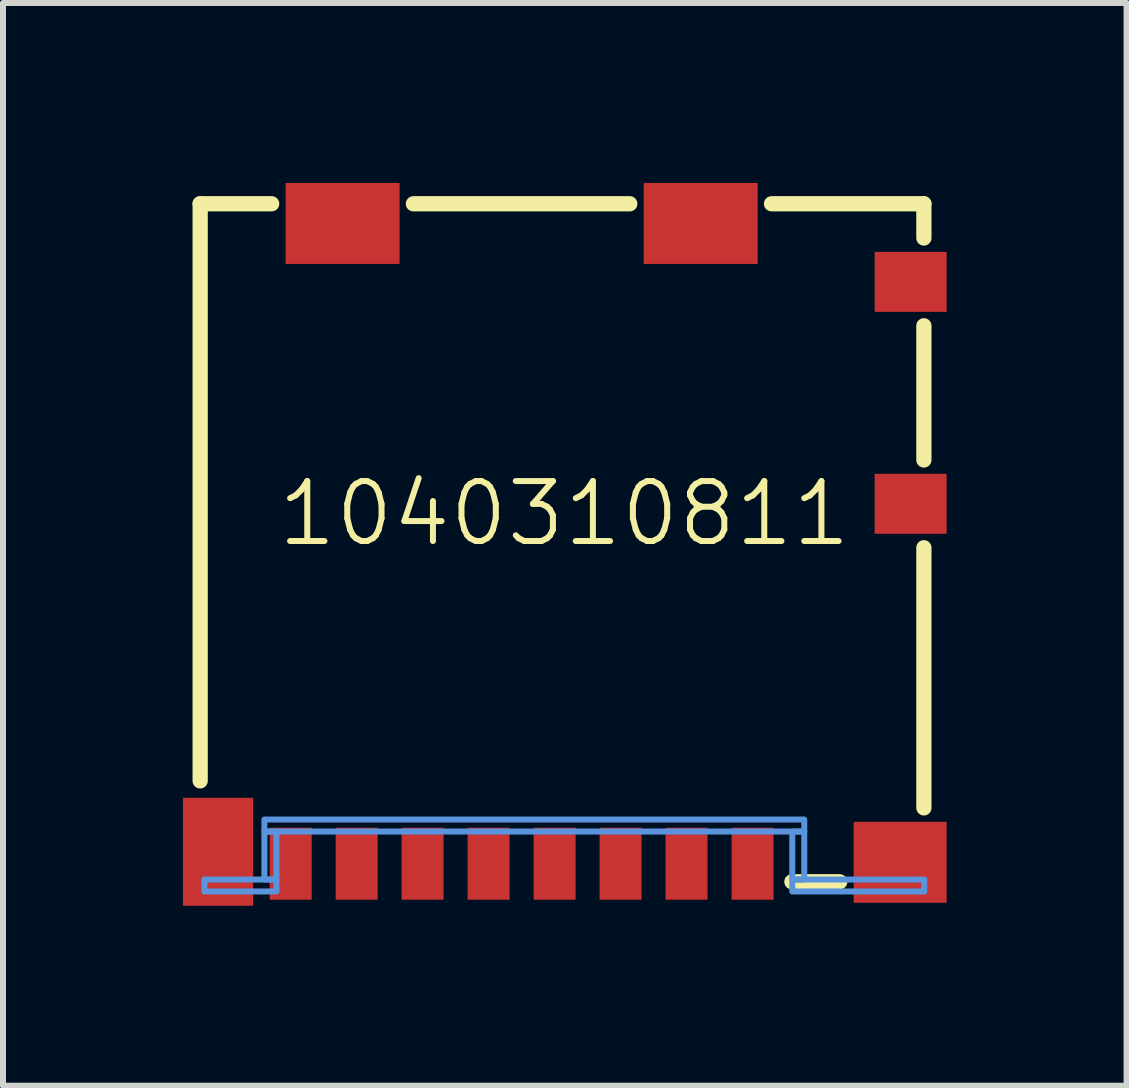
<source format=kicad_pcb>
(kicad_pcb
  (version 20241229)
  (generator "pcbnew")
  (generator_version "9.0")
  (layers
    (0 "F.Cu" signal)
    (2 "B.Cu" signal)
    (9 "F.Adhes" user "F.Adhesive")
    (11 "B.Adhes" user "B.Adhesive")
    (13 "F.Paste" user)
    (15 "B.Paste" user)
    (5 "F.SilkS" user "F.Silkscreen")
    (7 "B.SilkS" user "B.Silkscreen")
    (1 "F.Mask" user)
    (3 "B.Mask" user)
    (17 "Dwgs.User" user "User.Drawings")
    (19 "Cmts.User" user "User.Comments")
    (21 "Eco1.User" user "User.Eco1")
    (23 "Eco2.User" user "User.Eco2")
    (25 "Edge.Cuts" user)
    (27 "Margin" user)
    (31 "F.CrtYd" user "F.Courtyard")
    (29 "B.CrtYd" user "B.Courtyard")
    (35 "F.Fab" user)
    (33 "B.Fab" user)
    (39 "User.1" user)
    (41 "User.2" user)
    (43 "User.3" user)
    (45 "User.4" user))
  (footprint "1040310811"
    (layer "F.Cu")
    (at 6.358 6.012)
    (property "Reference" "1040310811" (at 0 -0.5 0) (unlocked yes) (layer "F.SilkS") (effects (font (size 1 1) (thickness 0.1))))
    (attr smd)
    (fp_line (start -6.071 -5.665) (end -4.879 -5.665) (stroke (width 0.254) (type solid)) (layer "F.SilkS"))
    (fp_line (start -6.071 3.956) (end -6.071 -5.665) (stroke (width 0.254) (type solid)) (layer "F.SilkS"))
    (fp_line (start -2.516 -5.665) (end 1.091 -5.665) (stroke (width 0.254) (type solid)) (layer "F.SilkS"))
    (fp_line (start 3.454 -5.665) (end 5.994 -5.665) (stroke (width 0.254) (type solid)) (layer "F.SilkS"))
    (fp_line (start 3.794 5.638) (end 4.591 5.638) (stroke (width 0.254) (type solid)) (layer "F.SilkS"))
    (fp_line (start 5.994 -5.665) (end 5.994 -5.094) (stroke (width 0.254) (type solid)) (layer "F.SilkS"))
    (fp_line (start 5.994 -3.631) (end 5.994 -1.394) (stroke (width 0.254) (type solid)) (layer "F.SilkS"))
    (fp_line (start 5.994 0.069) (end 5.994 4.406) (stroke (width 0.254) (type solid)) (layer "F.SilkS"))
    (fp_poly (pts (xy -6 5.8) (xy -4.8 5.8) (xy -4.8 5.6) (xy -6 5.6)) (stroke (width 0.1) (type solid)) (fill no) (layer "Cmts.User"))
    (fp_poly (pts (xy -5 4.8) (xy 4 4.8) (xy 4 4.6) (xy -5 4.6)) (stroke (width 0.1) (type solid)) (fill no) (layer "Cmts.User"))
    (fp_poly (pts (xy -4.8 5.6) (xy -4.8 4.8) (xy -5 4.8) (xy -5 5.6)) (stroke (width 0.1) (type solid)) (fill no) (layer "Cmts.User"))
    (fp_poly (pts (xy 3.8 5.6) (xy 3.8 4.8) (xy 4 4.8) (xy 4 5.6)) (stroke (width 0.1) (type solid)) (fill no) (layer "Cmts.User"))
    (fp_poly (pts (xy 3.8 5.8) (xy 6 5.8) (xy 6 5.6) (xy 3.8 5.6)) (stroke (width 0.1) (type solid)) (fill no) (layer "Cmts.User"))
    (pad "1" smd rect (at 3.138 5.337) (size 0.7 1.2) (layers "F.Cu" "F.Mask" "F.Paste"))
    (pad "2" smd rect (at 2.037 5.337) (size 0.7 1.2) (layers "F.Cu" "F.Mask" "F.Paste"))
    (pad "3" smd rect (at 0.938 5.337) (size 0.7 1.2) (layers "F.Cu" "F.Mask" "F.Paste"))
    (pad "4" smd rect (at -0.162 5.337) (size 0.7 1.2) (layers "F.Cu" "F.Mask" "F.Paste"))
    (pad "5" smd rect (at -1.263 5.337) (size 0.7 1.2) (layers "F.Cu" "F.Mask" "F.Paste"))
    (pad "6" smd rect (at -2.363 5.337) (size 0.7 1.2) (layers "F.Cu" "F.Mask" "F.Paste"))
    (pad "7" smd rect (at -3.462 5.337) (size 0.7 1.2) (layers "F.Cu" "F.Mask" "F.Paste"))
    (pad "8" smd rect (at -4.562 5.337) (size 0.7 1.2) (layers "F.Cu" "F.Mask" "F.Paste"))
    (pad "9" smd rect (at -5.773 5.138) (size 1.17 1.8) (layers "F.Cu" "F.Mask" "F.Paste"))
    (pad "10" smd rect (at 5.598 5.313) (size 1.55 1.35) (layers "F.Cu" "F.Mask" "F.Paste"))
    (pad "11" smd rect (at 5.773 -0.663) (size 1.2 1) (layers "F.Cu" "F.Mask" "F.Paste"))
    (pad "12" smd rect (at 5.773 -4.363) (size 1.2 1) (layers "F.Cu" "F.Mask" "F.Paste"))
    (pad "13" smd rect (at 2.273 -5.337) (size 1.9 1.35) (layers "F.Cu" "F.Mask" "F.Paste"))
    (pad "14" smd rect (at -3.697 -5.337) (size 1.9 1.35) (layers "F.Cu" "F.Mask" "F.Paste")))
  (gr_rect
    (start -3 -3)
    (end 15.731 15.05)
    (stroke (width 0.1) (type default))
    (fill no)
    (layer "Edge.Cuts")))
</source>
